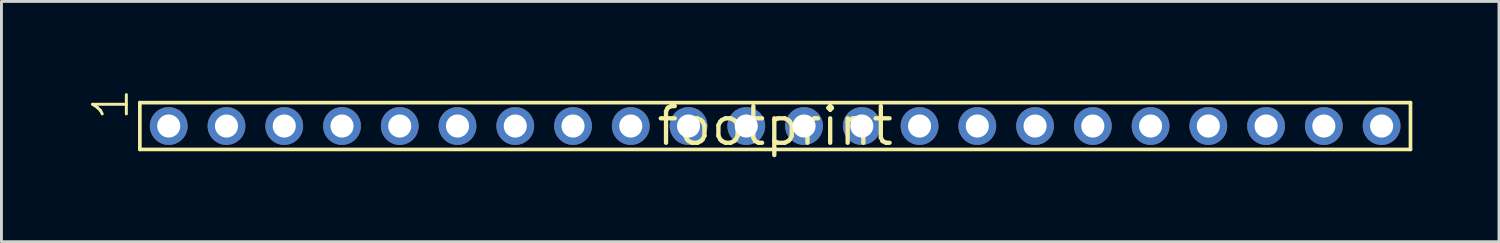
<source format=kicad_pcb>
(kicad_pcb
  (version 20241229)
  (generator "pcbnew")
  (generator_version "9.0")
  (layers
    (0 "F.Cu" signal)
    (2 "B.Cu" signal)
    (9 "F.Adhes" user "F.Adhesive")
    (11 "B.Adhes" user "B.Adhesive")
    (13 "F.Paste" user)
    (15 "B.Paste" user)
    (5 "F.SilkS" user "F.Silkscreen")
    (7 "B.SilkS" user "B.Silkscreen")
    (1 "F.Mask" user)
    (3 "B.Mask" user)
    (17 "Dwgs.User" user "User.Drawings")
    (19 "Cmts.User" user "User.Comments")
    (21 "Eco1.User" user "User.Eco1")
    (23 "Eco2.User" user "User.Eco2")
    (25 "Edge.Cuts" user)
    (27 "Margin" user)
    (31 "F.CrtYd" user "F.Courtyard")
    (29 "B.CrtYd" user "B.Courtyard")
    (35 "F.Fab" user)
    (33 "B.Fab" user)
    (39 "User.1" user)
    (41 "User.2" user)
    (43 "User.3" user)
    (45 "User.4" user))
  (footprint "footprint"
    (layer "F.Cu")
    (at 23.793 1.314)
    (property "Reference" "footprint" (at 0 0 0) (layer "F.SilkS") (effects (font (size 1.27 1.27) (thickness 0.15))))
    (fp_line (start -22 -0.81) (end -22 0.81) (stroke (width 0.127) (type solid)) (layer "F.SilkS"))
    (fp_line (start -22 0.81) (end 22 0.81) (stroke (width 0.127) (type solid)) (layer "F.SilkS"))
    (fp_line (start 22 -0.81) (end -22 -0.81) (stroke (width 0.127) (type solid)) (layer "F.SilkS"))
    (fp_line (start 22 0.81) (end 22 -0.81) (stroke (width 0.127) (type solid)) (layer "F.SilkS"))
    (fp_text user "1" (at -22.32 -0.13 90) (layer "F.SilkS") (effects (font (size 1.168 1.168) (thickness 0.102)) (justify left bottom)))
    (pad "1" thru_hole circle (at -21 0) (size 1.308 1.308) (drill 0.8) (layers "*.Cu" "*.Mask"))
    (pad "2" thru_hole circle (at -19 0) (size 1.308 1.308) (drill 0.8) (layers "*.Cu" "*.Mask"))
    (pad "3" thru_hole circle (at -17 0) (size 1.308 1.308) (drill 0.8) (layers "*.Cu" "*.Mask"))
    (pad "4" thru_hole circle (at -15 0) (size 1.308 1.308) (drill 0.8) (layers "*.Cu" "*.Mask"))
    (pad "5" thru_hole circle (at -13 0) (size 1.308 1.308) (drill 0.8) (layers "*.Cu" "*.Mask"))
    (pad "6" thru_hole circle (at -11 0) (size 1.308 1.308) (drill 0.8) (layers "*.Cu" "*.Mask"))
    (pad "7" thru_hole circle (at -9 0) (size 1.308 1.308) (drill 0.8) (layers "*.Cu" "*.Mask"))
    (pad "8" thru_hole circle (at -7 0) (size 1.308 1.308) (drill 0.8) (layers "*.Cu" "*.Mask"))
    (pad "9" thru_hole circle (at -5 0) (size 1.308 1.308) (drill 0.8) (layers "*.Cu" "*.Mask"))
    (pad "10" thru_hole circle (at -3 0) (size 1.308 1.308) (drill 0.8) (layers "*.Cu" "*.Mask"))
    (pad "11" thru_hole circle (at -1 0) (size 1.308 1.308) (drill 0.8) (layers "*.Cu" "*.Mask"))
    (pad "12" thru_hole circle (at 1 0) (size 1.308 1.308) (drill 0.8) (layers "*.Cu" "*.Mask"))
    (pad "13" thru_hole circle (at 3 0) (size 1.308 1.308) (drill 0.8) (layers "*.Cu" "*.Mask"))
    (pad "14" thru_hole circle (at 5 0) (size 1.308 1.308) (drill 0.8) (layers "*.Cu" "*.Mask"))
    (pad "15" thru_hole circle (at 7 0) (size 1.308 1.308) (drill 0.8) (layers "*.Cu" "*.Mask"))
    (pad "16" thru_hole circle (at 9 0) (size 1.308 1.308) (drill 0.8) (layers "*.Cu" "*.Mask"))
    (pad "17" thru_hole circle (at 11 0) (size 1.308 1.308) (drill 0.8) (layers "*.Cu" "*.Mask"))
    (pad "18" thru_hole circle (at 13 0) (size 1.308 1.308) (drill 0.8) (layers "*.Cu" "*.Mask"))
    (pad "19" thru_hole circle (at 15 0) (size 1.308 1.308) (drill 0.8) (layers "*.Cu" "*.Mask"))
    (pad "20" thru_hole circle (at 17 0) (size 1.308 1.308) (drill 0.8) (layers "*.Cu" "*.Mask"))
    (pad "21" thru_hole circle (at 19 0) (size 1.308 1.308) (drill 0.8) (layers "*.Cu" "*.Mask"))
    (pad "22" thru_hole circle (at 21 0) (size 1.308 1.308) (drill 0.8) (layers "*.Cu" "*.Mask")))
  (gr_rect
    (start -3 -3)
    (end 48.857 5.32)
    (stroke (width 0.1) (type default))
    (fill no)
    (layer "Edge.Cuts")))
</source>
